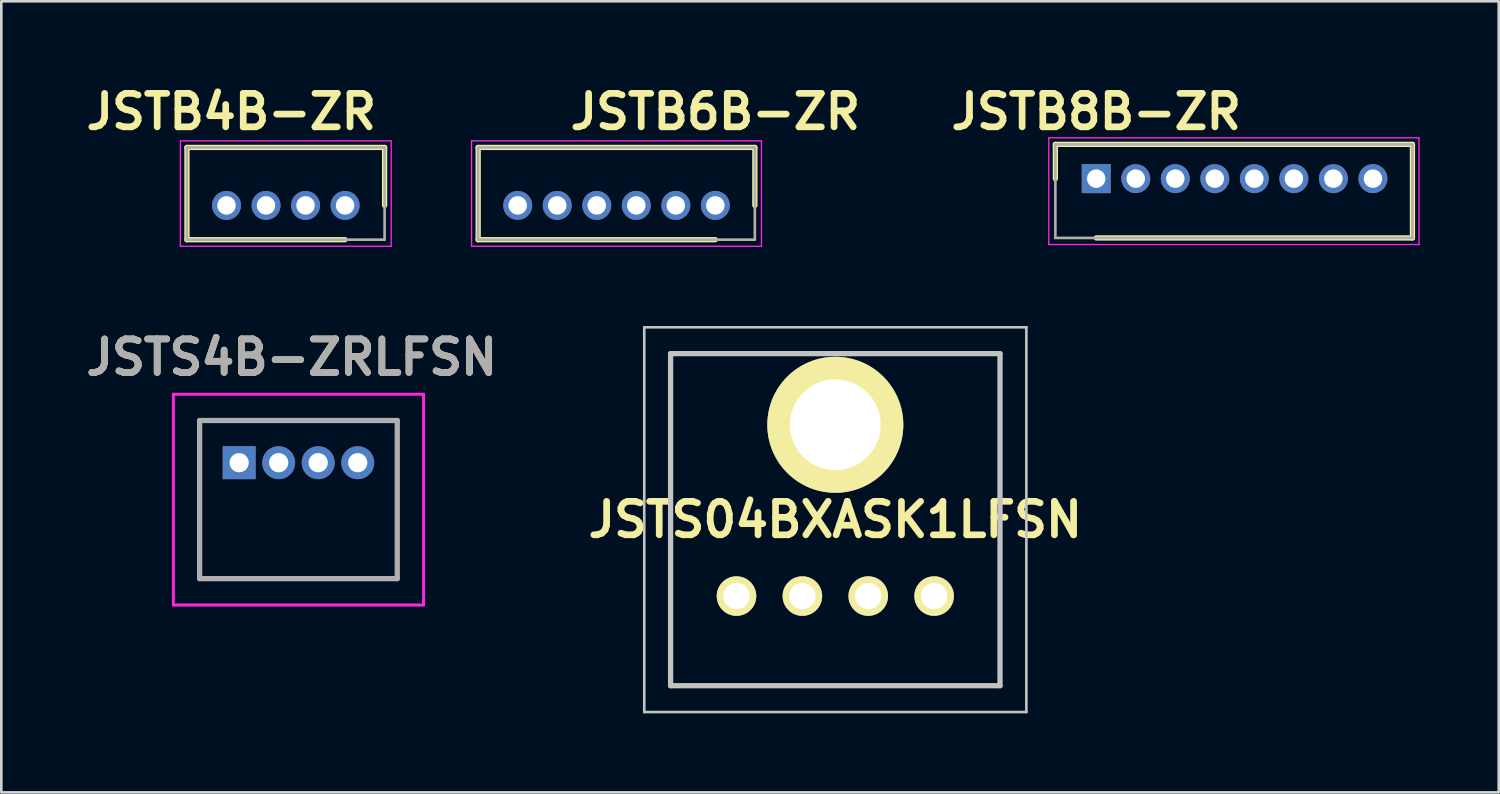
<source format=kicad_pcb>
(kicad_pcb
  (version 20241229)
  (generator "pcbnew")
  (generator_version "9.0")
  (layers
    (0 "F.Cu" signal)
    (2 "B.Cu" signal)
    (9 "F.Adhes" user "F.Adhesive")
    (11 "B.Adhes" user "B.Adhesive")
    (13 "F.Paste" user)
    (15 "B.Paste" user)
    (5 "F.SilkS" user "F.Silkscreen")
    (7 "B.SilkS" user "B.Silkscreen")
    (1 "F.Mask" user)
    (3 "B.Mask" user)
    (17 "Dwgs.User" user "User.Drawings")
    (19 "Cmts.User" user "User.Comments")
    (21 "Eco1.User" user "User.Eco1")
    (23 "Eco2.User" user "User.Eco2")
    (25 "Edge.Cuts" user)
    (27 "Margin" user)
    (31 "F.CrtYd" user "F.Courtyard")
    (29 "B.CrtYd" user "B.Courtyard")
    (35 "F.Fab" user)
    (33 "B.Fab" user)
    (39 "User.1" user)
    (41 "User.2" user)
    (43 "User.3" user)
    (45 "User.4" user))
  (footprint "JSTB8B-ZR"
    (layer "F.Cu")
    (at 38.549 3.729)
    (property "Reference" "JSTB8B-ZR" (at 0 -2.54 0) (layer "F.SilkS") (effects (font (size 1.27 1.27) (thickness 0.254))))
    (attr through_hole)
    (fp_line (start -1.55 -1.3) (end -1.55 0) (stroke (width 0.2) (type solid)) (layer "F.SilkS"))
    (fp_line (start 0 2.25) (end 12 2.25) (stroke (width 0.2) (type solid)) (layer "F.SilkS"))
    (fp_line (start 12 -1.3) (end -1.55 -1.3) (stroke (width 0.2) (type solid)) (layer "F.SilkS"))
    (fp_line (start 12 2.25) (end 12 -1.3) (stroke (width 0.2) (type solid)) (layer "F.SilkS"))
    (fp_line (start -1.8 -1.55) (end 12.25 -1.55) (stroke (width 0.05) (type solid)) (layer "F.CrtYd"))
    (fp_line (start -1.8 2.5) (end -1.8 -1.55) (stroke (width 0.05) (type solid)) (layer "F.CrtYd"))
    (fp_line (start 12.25 -1.55) (end 12.25 2.5) (stroke (width 0.05) (type solid)) (layer "F.CrtYd"))
    (fp_line (start 12.25 2.5) (end -1.8 2.5) (stroke (width 0.05) (type solid)) (layer "F.CrtYd"))
    (fp_line (start -1.55 -1.3) (end 12 -1.3) (stroke (width 0.1) (type solid)) (layer "F.Fab"))
    (fp_line (start -1.55 2.25) (end -1.55 -1.3) (stroke (width 0.1) (type solid)) (layer "F.Fab"))
    (fp_line (start 12 -1.3) (end 12 2.25) (stroke (width 0.1) (type solid)) (layer "F.Fab"))
    (fp_line (start 12 2.25) (end -1.55 2.25) (stroke (width 0.1) (type solid)) (layer "F.Fab"))
    (pad "1" thru_hole rect (at 0 0) (size 1.1 1.1) (drill 0.7) (layers "*.Cu" "*.Mask"))
    (pad "2" thru_hole circle (at 1.5 0) (size 1.1 1.1) (drill 0.7) (layers "*.Cu" "*.Mask"))
    (pad "3" thru_hole circle (at 3 0) (size 1.1 1.1) (drill 0.7) (layers "*.Cu" "*.Mask"))
    (pad "4" thru_hole circle (at 4.5 0) (size 1.1 1.1) (drill 0.7) (layers "*.Cu" "*.Mask"))
    (pad "5" thru_hole circle (at 6 0) (size 1.1 1.1) (drill 0.7) (layers "*.Cu" "*.Mask"))
    (pad "6" thru_hole circle (at 7.5 0) (size 1.1 1.1) (drill 0.7) (layers "*.Cu" "*.Mask"))
    (pad "7" thru_hole circle (at 9 0) (size 1.1 1.1) (drill 0.7) (layers "*.Cu" "*.Mask"))
    (pad "8" thru_hole circle (at 10.5 0) (size 1.1 1.1) (drill 0.7) (layers "*.Cu" "*.Mask")))
  (footprint "JSTB4B-ZR"
    (layer "F.Cu")
    (at 10.045 4.745)
    (property "Reference" "JSTB4B-ZR" (at -4.318 -3.556 0) (layer "F.SilkS") (effects (font (size 1.27 1.27) (thickness 0.254))))
    (attr through_hole)
    (fp_line (start -6 -2.2) (end 1.5 -2.2) (stroke (width 0.2) (type solid)) (layer "F.SilkS"))
    (fp_line (start -6 1.3) (end -6 -2.2) (stroke (width 0.2) (type solid)) (layer "F.SilkS"))
    (fp_line (start 0 1.3) (end -6 1.3) (stroke (width 0.2) (type solid)) (layer "F.SilkS"))
    (fp_line (start 1.5 -2.2) (end 1.5 0) (stroke (width 0.2) (type solid)) (layer "F.SilkS"))
    (fp_line (start -6.25 -2.45) (end 1.75 -2.45) (stroke (width 0.05) (type solid)) (layer "F.CrtYd"))
    (fp_line (start -6.25 1.55) (end -6.25 -2.45) (stroke (width 0.05) (type solid)) (layer "F.CrtYd"))
    (fp_line (start 1.75 -2.45) (end 1.75 1.55) (stroke (width 0.05) (type solid)) (layer "F.CrtYd"))
    (fp_line (start 1.75 1.55) (end -6.25 1.55) (stroke (width 0.05) (type solid)) (layer "F.CrtYd"))
    (fp_line (start -6 -2.2) (end 1.5 -2.2) (stroke (width 0.1) (type solid)) (layer "F.Fab"))
    (fp_line (start -6 1.3) (end -6 -2.2) (stroke (width 0.1) (type solid)) (layer "F.Fab"))
    (fp_line (start 1.5 -2.2) (end 1.5 1.3) (stroke (width 0.1) (type solid)) (layer "F.Fab"))
    (fp_line (start 1.5 1.3) (end -6 1.3) (stroke (width 0.1) (type solid)) (layer "F.Fab"))
    (pad "1" thru_hole circle (at 0 0) (size 1.1 1.1) (drill 0.7) (layers "*.Cu" "*.Mask"))
    (pad "2" thru_hole circle (at -1.5 0) (size 1.1 1.1) (drill 0.7) (layers "*.Cu" "*.Mask"))
    (pad "3" thru_hole circle (at -3 0) (size 1.1 1.1) (drill 0.7) (layers "*.Cu" "*.Mask"))
    (pad "4" thru_hole circle (at -4.5 0) (size 1.1 1.1) (drill 0.7) (layers "*.Cu" "*.Mask")))
  (footprint "JSTS04BXASK1LFSN"
    (layer "F.Cu")
    (at 28.648 16.67)
    (property "Reference" "JSTS04BXASK1LFSN" (at 0 0 0) (layer "F.SilkS") (effects (font (size 1.27 1.27) (thickness 0.254))))
    (attr through_hole)
    (fp_line (start -6.25 -6.3) (end 6.25 -6.3) (stroke (width 0.1) (type solid)) (layer "F.SilkS"))
    (fp_line (start -6.25 6.3) (end -6.25 -6.3) (stroke (width 0.1) (type solid)) (layer "F.SilkS"))
    (fp_line (start 6.25 -6.3) (end 6.25 6.3) (stroke (width 0.1) (type solid)) (layer "F.SilkS"))
    (fp_line (start 6.25 6.3) (end -6.25 6.3) (stroke (width 0.1) (type solid)) (layer "F.SilkS"))
    (fp_line (start -7.25 -7.3) (end 7.25 -7.3) (stroke (width 0.1) (type solid)) (layer "Dwgs.User"))
    (fp_line (start -7.25 7.3) (end -7.25 -7.3) (stroke (width 0.1) (type solid)) (layer "Dwgs.User"))
    (fp_line (start -6.25 -6.3) (end 6.25 -6.3) (stroke (width 0.2) (type solid)) (layer "Dwgs.User"))
    (fp_line (start -6.25 6.3) (end -6.25 -6.3) (stroke (width 0.2) (type solid)) (layer "Dwgs.User"))
    (fp_line (start 6.25 -6.3) (end 6.25 6.3) (stroke (width 0.2) (type solid)) (layer "Dwgs.User"))
    (fp_line (start 6.25 6.3) (end -6.25 6.3) (stroke (width 0.2) (type solid)) (layer "Dwgs.User"))
    (fp_line (start 7.25 -7.3) (end 7.25 7.3) (stroke (width 0.1) (type solid)) (layer "Dwgs.User"))
    (fp_line (start 7.25 7.3) (end -7.25 7.3) (stroke (width 0.1) (type solid)) (layer "Dwgs.User"))
    (pad "1" thru_hole circle (at -3.75 2.9 90) (size 1.5 1.5) (drill 1) (layers "*.Cu" "*.Mask" "F.SilkS"))
    (pad "2" thru_hole circle (at -1.25 2.9 90) (size 1.5 1.5) (drill 1) (layers "*.Cu" "*.Mask" "F.SilkS"))
    (pad "3" thru_hole circle (at 1.25 2.9 90) (size 1.5 1.5) (drill 1) (layers "*.Cu" "*.Mask" "F.SilkS"))
    (pad "4" thru_hole circle (at 3.75 2.9 90) (size 1.5 1.5) (drill 1) (layers "*.Cu" "*.Mask" "F.SilkS"))
    (pad "5" thru_hole circle (at 0 -3.6 90) (size 5.161 5.161) (drill 3.441) (layers "*.Cu" "*.Mask" "F.SilkS")))
  (footprint "JSTB6B-ZR"
    (layer "F.Cu")
    (at 24.095 4.745)
    (property "Reference" "JSTB6B-ZR" (at 0 -3.556 0) (layer "F.SilkS") (effects (font (size 1.27 1.27) (thickness 0.254))))
    (attr through_hole)
    (fp_line (start -9 -2.2) (end 1.5 -2.2) (stroke (width 0.2) (type solid)) (layer "F.SilkS"))
    (fp_line (start -9 1.3) (end -9 -2.2) (stroke (width 0.2) (type solid)) (layer "F.SilkS"))
    (fp_line (start 0 1.3) (end -9 1.3) (stroke (width 0.2) (type solid)) (layer "F.SilkS"))
    (fp_line (start 1.5 -2.2) (end 1.5 0) (stroke (width 0.2) (type solid)) (layer "F.SilkS"))
    (fp_line (start -9.25 -2.45) (end 1.75 -2.45) (stroke (width 0.05) (type solid)) (layer "F.CrtYd"))
    (fp_line (start -9.25 1.55) (end -9.25 -2.45) (stroke (width 0.05) (type solid)) (layer "F.CrtYd"))
    (fp_line (start 1.75 -2.45) (end 1.75 1.55) (stroke (width 0.05) (type solid)) (layer "F.CrtYd"))
    (fp_line (start 1.75 1.55) (end -9.25 1.55) (stroke (width 0.05) (type solid)) (layer "F.CrtYd"))
    (fp_line (start -9 -2.2) (end 1.5 -2.2) (stroke (width 0.1) (type solid)) (layer "F.Fab"))
    (fp_line (start -9 1.3) (end -9 -2.2) (stroke (width 0.1) (type solid)) (layer "F.Fab"))
    (fp_line (start 1.5 -2.2) (end 1.5 1.3) (stroke (width 0.1) (type solid)) (layer "F.Fab"))
    (fp_line (start 1.5 1.3) (end -9 1.3) (stroke (width 0.1) (type solid)) (layer "F.Fab"))
    (pad "1" thru_hole circle (at 0 0) (size 1.1 1.1) (drill 0.7) (layers "*.Cu" "*.Mask"))
    (pad "2" thru_hole circle (at -1.5 0) (size 1.1 1.1) (drill 0.7) (layers "*.Cu" "*.Mask"))
    (pad "3" thru_hole circle (at -3 0) (size 1.1 1.1) (drill 0.7) (layers "*.Cu" "*.Mask"))
    (pad "4" thru_hole circle (at -4.5 0) (size 1.1 1.1) (drill 0.7) (layers "*.Cu" "*.Mask"))
    (pad "5" thru_hole circle (at -6 0) (size 1.1 1.1) (drill 0.7) (layers "*.Cu" "*.Mask"))
    (pad "6" thru_hole circle (at -7.5 0) (size 1.1 1.1) (drill 0.7) (layers "*.Cu" "*.Mask")))
  (footprint "JSTS4B-ZRLFSN"
    (layer "F.Cu")
    (at 6.025 14.508)
    (property "Reference" "JSTS4B-ZRLFSN" (at 2 -4 0) (layer "F.SilkS") (effects (font (size 1.27 1.27) (thickness 0.254))))
    (attr through_hole)
    (fp_line (start -1.5 -1.6) (end 6 -1.6) (stroke (width 0.1) (type solid)) (layer "F.SilkS"))
    (fp_line (start -1.5 4.4) (end -1.5 -1.6) (stroke (width 0.1) (type solid)) (layer "F.SilkS"))
    (fp_line (start 6 -1.6) (end 6 4.4) (stroke (width 0.1) (type solid)) (layer "F.SilkS"))
    (fp_line (start 6 4.4) (end -1.5 4.4) (stroke (width 0.1) (type solid)) (layer "F.SilkS"))
    (fp_line (start -2.5 -2.6) (end 7 -2.6) (stroke (width 0.1) (type solid)) (layer "F.CrtYd"))
    (fp_line (start -2.5 -2.6) (end 7 -2.6) (stroke (width 0.1) (type solid)) (layer "F.CrtYd"))
    (fp_line (start -2.5 5.4) (end -2.5 -2.6) (stroke (width 0.1) (type solid)) (layer "F.CrtYd"))
    (fp_line (start -2.5 5.4) (end -2.5 -2.6) (stroke (width 0.1) (type solid)) (layer "F.CrtYd"))
    (fp_line (start 7 -2.6) (end 7 5.4) (stroke (width 0.1) (type solid)) (layer "F.CrtYd"))
    (fp_line (start 7 -2.6) (end 7 5.4) (stroke (width 0.1) (type solid)) (layer "F.CrtYd"))
    (fp_line (start 7 5.4) (end -2.5 5.4) (stroke (width 0.1) (type solid)) (layer "F.CrtYd"))
    (fp_line (start 7 5.4) (end -2.5 5.4) (stroke (width 0.1) (type solid)) (layer "F.CrtYd"))
    (fp_line (start -1.5 -1.6) (end -1.5 4.4) (stroke (width 0.2) (type solid)) (layer "F.Fab"))
    (fp_line (start -1.5 4.4) (end 6 4.4) (stroke (width 0.2) (type solid)) (layer "F.Fab"))
    (fp_line (start 6 -1.6) (end -1.5 -1.6) (stroke (width 0.2) (type solid)) (layer "F.Fab"))
    (fp_line (start 6 4.4) (end 6 -1.6) (stroke (width 0.2) (type solid)) (layer "F.Fab"))
    (fp_text user "${REFERENCE}" (at 2 -4 0) (layer "F.Fab") (effects (font (size 1.27 1.27) (thickness 0.254))))
    (pad "1" thru_hole rect (at 0 0) (size 1.251 1.251) (drill 0.73) (layers "*.Cu" "*.Mask"))
    (pad "2" thru_hole circle (at 1.5 0) (size 1.251 1.251) (drill 0.73) (layers "*.Cu" "*.Mask"))
    (pad "3" thru_hole circle (at 3 0) (size 1.251 1.251) (drill 0.73) (layers "*.Cu" "*.Mask"))
    (pad "4" thru_hole circle (at 4.5 0) (size 1.251 1.251) (drill 0.73) (layers "*.Cu" "*.Mask")))
  (gr_rect
    (start -3 -3)
    (end 53.824 27.02)
    (stroke (width 0.1) (type default))
    (fill no)
    (layer "Edge.Cuts")))
</source>
